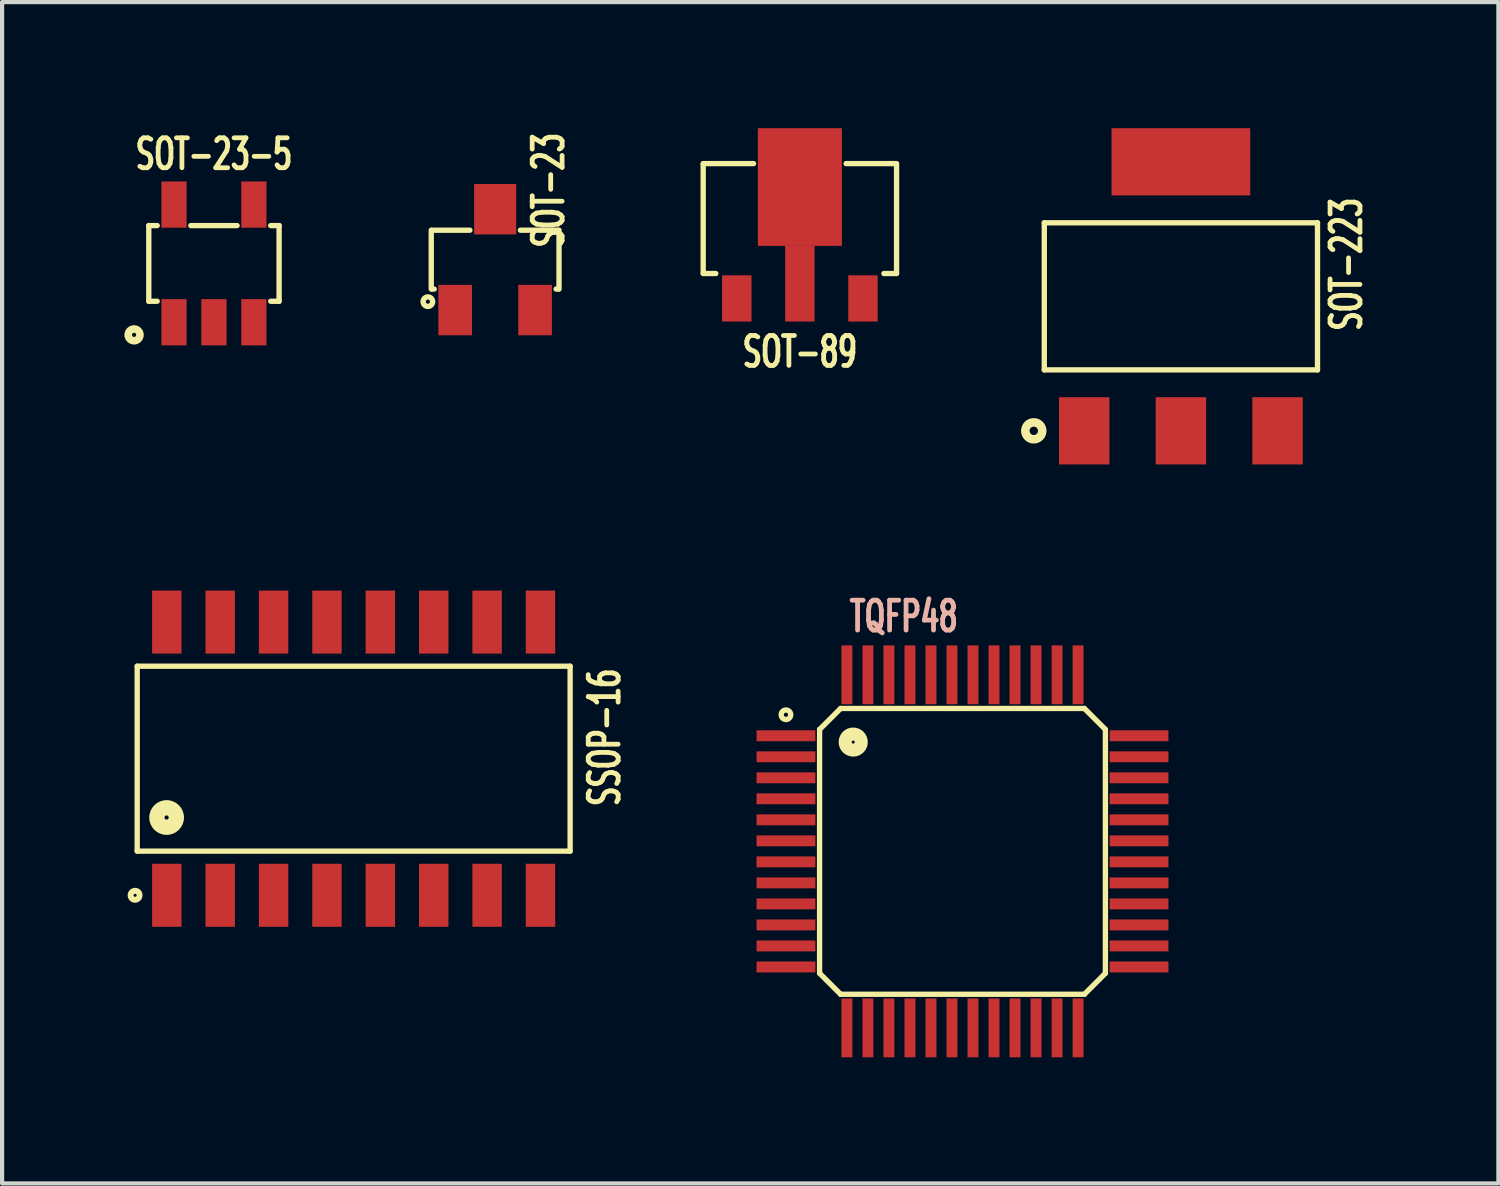
<source format=kicad_pcb>
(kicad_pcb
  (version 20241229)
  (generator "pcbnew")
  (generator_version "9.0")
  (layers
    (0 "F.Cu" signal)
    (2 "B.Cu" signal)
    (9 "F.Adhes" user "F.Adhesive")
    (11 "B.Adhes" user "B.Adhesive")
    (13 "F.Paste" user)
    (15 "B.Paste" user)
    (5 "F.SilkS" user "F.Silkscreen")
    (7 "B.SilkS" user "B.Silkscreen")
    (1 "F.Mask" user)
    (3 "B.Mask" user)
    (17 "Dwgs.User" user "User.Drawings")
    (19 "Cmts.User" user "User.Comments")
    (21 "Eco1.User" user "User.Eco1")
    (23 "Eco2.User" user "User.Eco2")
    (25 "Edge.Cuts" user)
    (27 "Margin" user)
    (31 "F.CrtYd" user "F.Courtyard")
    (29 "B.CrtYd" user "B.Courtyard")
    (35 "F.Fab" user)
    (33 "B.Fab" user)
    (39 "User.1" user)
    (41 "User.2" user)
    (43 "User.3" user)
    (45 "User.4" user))
  (footprint "SOT-23-5"
    (layer "F.Cu")
    (at 2.04 3.217)
    (property "Reference" "SOT-23-5" (at 0 -2.6 0) (layer "F.SilkS") (effects (font (size 0.711 0.457) (thickness 0.114))))
    (attr through_hole)
    (fp_line (start -1.55 0.9) (end -1.55 -0.9) (stroke (width 0.127) (type solid)) (layer "F.SilkS"))
    (fp_line (start -1.35 -0.9) (end -1.55 -0.9) (stroke (width 0.127) (type solid)) (layer "F.SilkS"))
    (fp_line (start -1.35 0.9) (end -1.55 0.9) (stroke (width 0.127) (type solid)) (layer "F.SilkS"))
    (fp_line (start -0.55 -0.9) (end 0.55 -0.9) (stroke (width 0.127) (type solid)) (layer "F.SilkS"))
    (fp_line (start 1.55 -0.9) (end 1.35 -0.9) (stroke (width 0.127) (type solid)) (layer "F.SilkS"))
    (fp_line (start 1.55 -0.9) (end 1.55 0.9) (stroke (width 0.127) (type solid)) (layer "F.SilkS"))
    (fp_line (start 1.55 0.9) (end 1.35 0.9) (stroke (width 0.127) (type solid)) (layer "F.SilkS"))
    (fp_circle (center -1.9 1.7) (end -1.9 1.75) (stroke (width 0.18) (type solid)) (fill no) (layer "F.SilkS"))
    (pad "1" smd rect (at -0.95 1.4) (size 0.6 1.1) (layers "F.Cu" "F.Mask" "F.Paste"))
    (pad "2" smd rect (at 0 1.4) (size 0.6 1.1) (layers "F.Cu" "F.Mask" "F.Paste"))
    (pad "3" smd rect (at 0.95 1.4) (size 0.6 1.1) (layers "F.Cu" "F.Mask" "F.Paste"))
    (pad "4" smd rect (at 0.95 -1.4) (size 0.6 1.1) (layers "F.Cu" "F.Mask" "F.Paste"))
    (pad "5" smd rect (at -0.95 -1.4) (size 0.6 1.1) (layers "F.Cu" "F.Mask" "F.Paste")))
  (footprint "SOT-89"
    (layer "F.Cu")
    (at 15.98 4.05)
    (property "Reference" "SOT-89" (at 0 1.27 0) (layer "F.SilkS") (effects (font (size 0.711 0.457) (thickness 0.114))))
    (attr through_hole)
    (fp_line (start -2.3 -3.208) (end -1.101 -3.208) (stroke (width 0.127) (type solid)) (layer "F.SilkS"))
    (fp_line (start -2.3 -0.6) (end -2.3 -3.2) (stroke (width 0.127) (type solid)) (layer "F.SilkS"))
    (fp_line (start -2 -0.592) (end -2.3 -0.592) (stroke (width 0.127) (type solid)) (layer "F.SilkS"))
    (fp_line (start 1.1 -3.208) (end 2.299 -3.208) (stroke (width 0.127) (type solid)) (layer "F.SilkS"))
    (fp_line (start 2.3 -3.2) (end 2.3 -0.6) (stroke (width 0.127) (type solid)) (layer "F.SilkS"))
    (fp_line (start 2.3 -0.592) (end 2 -0.592) (stroke (width 0.127) (type solid)) (layer "F.SilkS"))
    (pad "1" smd rect (at 1.501 0) (size 0.7 1.1) (layers "F.Cu" "F.Mask" "F.Paste"))
    (pad "2" smd rect (at 0 -2.65) (size 2 2.8) (layers "F.Cu" "F.Mask" "F.Paste"))
    (pad "2" smd rect (at 0 -0.35) (size 0.7 1.8) (layers "F.Cu" "F.Mask" "F.Paste"))
    (pad "3" smd rect (at -1.501 0) (size 0.7 1.1) (layers "F.Cu" "F.Mask" "F.Paste")))
  (footprint "SOT-23"
    (layer "F.Cu")
    (at 8.73 3.127)
    (property "Reference" "SOT-23" (at 1.27 -1.651 270) (layer "F.SilkS") (effects (font (size 0.711 0.457) (thickness 0.114))))
    (attr through_hole)
    (fp_line (start -1.52 0.7) (end -1.52 -0.7) (stroke (width 0.127) (type solid)) (layer "F.SilkS"))
    (fp_line (start -1.499 -0.7) (end -0.6 -0.7) (stroke (width 0.127) (type solid)) (layer "F.SilkS"))
    (fp_line (start -1.45 0.7) (end -1.499 0.7) (stroke (width 0.127) (type solid)) (layer "F.SilkS"))
    (fp_line (start 0.6 -0.7) (end 1.499 -0.7) (stroke (width 0.127) (type solid)) (layer "F.SilkS"))
    (fp_line (start 1.499 0.7) (end 1.45 0.7) (stroke (width 0.127) (type solid)) (layer "F.SilkS"))
    (fp_line (start 1.52 -0.7) (end 1.52 0.7) (stroke (width 0.127) (type solid)) (layer "F.SilkS"))
    (fp_circle (center -1.6 1) (end -1.6 0.95) (stroke (width 0.127) (type solid)) (fill no) (layer "F.SilkS"))
    (pad "1" smd rect (at -0.95 1.2) (size 0.8 1.2) (layers "F.Cu" "F.Mask" "F.Paste"))
    (pad "2" smd rect (at 0.95 1.2) (size 0.8 1.2) (layers "F.Cu" "F.Mask" "F.Paste"))
    (pad "3" smd rect (at 0 -1.2) (size 1 1.2) (layers "F.Cu" "F.Mask" "F.Paste")))
  (footprint "SSOP-16"
    (layer "F.Cu")
    (at 5.364 15)
    (property "Reference" "SSOP-16" (at 5.969 -0.508 270) (layer "F.SilkS") (effects (font (size 0.711 0.457) (thickness 0.114))))
    (attr through_hole)
    (fp_line (start -5.15 -2.2) (end 5.15 -2.2) (stroke (width 0.127) (type solid)) (layer "F.SilkS"))
    (fp_line (start -5.15 2.2) (end -5.15 -2.2) (stroke (width 0.127) (type solid)) (layer "F.SilkS"))
    (fp_line (start 5.15 -2.2) (end 5.15 2.2) (stroke (width 0.127) (type solid)) (layer "F.SilkS"))
    (fp_line (start 5.15 2.2) (end -5.15 2.2) (stroke (width 0.127) (type solid)) (layer "F.SilkS"))
    (fp_circle (center -5.2 3.25) (end -5.15 3.25) (stroke (width 0.127) (type solid)) (fill no) (layer "F.SilkS"))
    (fp_circle (center -5.2 3.25) (end -5.1 3.25) (stroke (width 0.127) (type solid)) (fill no) (layer "F.SilkS"))
    (fp_circle (center -4.45 1.4) (end -4.45 1.05) (stroke (width 0.127) (type solid)) (fill no) (layer "F.SilkS"))
    (fp_circle (center -4.45 1.4) (end -4.45 1.15) (stroke (width 0.127) (type solid)) (fill no) (layer "F.SilkS"))
    (fp_circle (center -4.45 1.4) (end -4.45 1.25) (stroke (width 0.127) (type solid)) (fill no) (layer "F.SilkS"))
    (fp_circle (center -4.45 1.4) (end -4.45 1.35) (stroke (width 0.127) (type solid)) (fill no) (layer "F.SilkS"))
    (pad "1" smd rect (at -4.445 3.25) (size 0.7 1.5) (layers "F.Cu" "F.Mask" "F.Paste"))
    (pad "2" smd rect (at -3.175 3.25) (size 0.7 1.5) (layers "F.Cu" "F.Mask" "F.Paste"))
    (pad "3" smd rect (at -1.905 3.25) (size 0.7 1.5) (layers "F.Cu" "F.Mask" "F.Paste"))
    (pad "4" smd rect (at -0.635 3.25) (size 0.7 1.5) (layers "F.Cu" "F.Mask" "F.Paste"))
    (pad "5" smd rect (at 0.635 3.25) (size 0.7 1.5) (layers "F.Cu" "F.Mask" "F.Paste"))
    (pad "6" smd rect (at 1.905 3.25) (size 0.7 1.5) (layers "F.Cu" "F.Mask" "F.Paste"))
    (pad "7" smd rect (at 3.175 3.25) (size 0.7 1.5) (layers "F.Cu" "F.Mask" "F.Paste"))
    (pad "8" smd rect (at 4.445 3.25) (size 0.7 1.5) (layers "F.Cu" "F.Mask" "F.Paste"))
    (pad "9" smd rect (at 4.445 -3.25) (size 0.7 1.5) (layers "F.Cu" "F.Mask" "F.Paste"))
    (pad "10" smd rect (at 3.175 -3.25) (size 0.7 1.5) (layers "F.Cu" "F.Mask" "F.Paste"))
    (pad "11" smd rect (at 1.905 -3.25) (size 0.7 1.5) (layers "F.Cu" "F.Mask" "F.Paste"))
    (pad "12" smd rect (at 0.635 -3.25) (size 0.7 1.5) (layers "F.Cu" "F.Mask" "F.Paste"))
    (pad "13" smd rect (at -0.635 -3.25) (size 0.7 1.5) (layers "F.Cu" "F.Mask" "F.Paste"))
    (pad "14" smd rect (at -1.905 -3.25) (size 0.7 1.5) (layers "F.Cu" "F.Mask" "F.Paste"))
    (pad "15" smd rect (at -3.175 -3.25) (size 0.7 1.5) (layers "F.Cu" "F.Mask" "F.Paste"))
    (pad "16" smd rect (at -4.445 -3.25) (size 0.7 1.5) (layers "F.Cu" "F.Mask" "F.Paste")))
  (footprint "SOT-223"
    (layer "F.Cu")
    (at 25.045 4)
    (property "Reference" "SOT-223" (at 3.937 -0.762 270) (layer "F.SilkS") (effects (font (size 0.711 0.457) (thickness 0.114))))
    (attr smd)
    (fp_line (start -3.25 -1.75) (end -3.25 1.75) (stroke (width 0.127) (type solid)) (layer "F.SilkS"))
    (fp_line (start -3.25 1.75) (end 3.25 1.75) (stroke (width 0.127) (type solid)) (layer "F.SilkS"))
    (fp_line (start 3.25 -1.75) (end -3.25 -1.75) (stroke (width 0.127) (type solid)) (layer "F.SilkS"))
    (fp_line (start 3.25 1.75) (end 3.25 -1.75) (stroke (width 0.127) (type solid)) (layer "F.SilkS"))
    (fp_circle (center -3.5 3.2) (end -3.4 3.2) (stroke (width 0.203) (type solid)) (fill no) (layer "F.SilkS"))
    (pad "1" smd rect (at -2.3 3.2) (size 1.2 1.6) (layers "F.Cu" "F.Mask" "F.Paste"))
    (pad "2" smd rect (at 0 -3.2) (size 3.3 1.6) (layers "F.Cu" "F.Mask" "F.Paste"))
    (pad "2" smd rect (at 0 3.2) (size 1.2 1.6) (layers "F.Cu" "F.Mask" "F.Paste"))
    (pad "3" smd rect (at 2.3 3.2) (size 1.2 1.6) (layers "F.Cu" "F.Mask" "F.Paste")))
  (footprint "TQFP48"
    (layer "F.Cu")
    (at 19.849 17.205)
    (property "Reference" "TQFP48" (at -1.397 -5.588 0) (layer "B.SilkS") (effects (font (size 0.711 0.457) (thickness 0.114))))
    (attr smd)
    (fp_line (start -3.4 -2.9) (end -2.9 -3.4) (stroke (width 0.127) (type solid)) (layer "F.SilkS"))
    (fp_line (start -3.4 2.9) (end -3.4 -2.9) (stroke (width 0.127) (type solid)) (layer "F.SilkS"))
    (fp_line (start -2.9 -3.4) (end 2.9 -3.4) (stroke (width 0.127) (type solid)) (layer "F.SilkS"))
    (fp_line (start -2.9 3.4) (end -3.4 2.9) (stroke (width 0.127) (type solid)) (layer "F.SilkS"))
    (fp_line (start 2.9 -3.4) (end 3.4 -2.9) (stroke (width 0.127) (type solid)) (layer "F.SilkS"))
    (fp_line (start 2.9 3.4) (end -2.9 3.4) (stroke (width 0.127) (type solid)) (layer "F.SilkS"))
    (fp_line (start 3.4 -2.9) (end 3.4 2.9) (stroke (width 0.127) (type solid)) (layer "F.SilkS"))
    (fp_line (start 3.4 2.9) (end 2.9 3.4) (stroke (width 0.127) (type solid)) (layer "F.SilkS"))
    (fp_circle (center -4.2 -3.25) (end -4.2 -3.3) (stroke (width 0.127) (type solid)) (fill no) (layer "F.SilkS"))
    (fp_circle (center -2.6 -2.6) (end -2.8 -2.8) (stroke (width 0.127) (type solid)) (fill no) (layer "F.SilkS"))
    (fp_circle (center -2.6 -2.6) (end -2.6 -2.7) (stroke (width 0.127) (type solid)) (fill no) (layer "F.SilkS"))
    (fp_circle (center -2.6 -2.6) (end -2.6 -2.65) (stroke (width 0.127) (type solid)) (fill no) (layer "F.SilkS"))
    (fp_circle (center -2.6 -2.6) (end -2.55 -2.8) (stroke (width 0.127) (type solid)) (fill no) (layer "F.SilkS"))
    (pad "1" smd rect (at -4.2 -2.75 270) (size 0.26 1.4) (layers "F.Cu" "F.Mask" "F.Paste"))
    (pad "2" smd rect (at -4.2 -2.25 270) (size 0.26 1.4) (layers "F.Cu" "F.Mask" "F.Paste"))
    (pad "3" smd rect (at -4.2 -1.75 270) (size 0.26 1.4) (layers "F.Cu" "F.Mask" "F.Paste"))
    (pad "4" smd rect (at -4.2 -1.25 270) (size 0.26 1.4) (layers "F.Cu" "F.Mask" "F.Paste"))
    (pad "5" smd rect (at -4.2 -0.75 270) (size 0.26 1.4) (layers "F.Cu" "F.Mask" "F.Paste"))
    (pad "6" smd rect (at -4.2 -0.25 270) (size 0.26 1.4) (layers "F.Cu" "F.Mask" "F.Paste"))
    (pad "7" smd rect (at -4.2 0.25 270) (size 0.26 1.4) (layers "F.Cu" "F.Mask" "F.Paste"))
    (pad "8" smd rect (at -4.2 0.75 270) (size 0.26 1.4) (layers "F.Cu" "F.Mask" "F.Paste"))
    (pad "9" smd rect (at -4.2 1.25 270) (size 0.26 1.4) (layers "F.Cu" "F.Mask" "F.Paste"))
    (pad "10" smd rect (at -4.2 1.75 270) (size 0.26 1.4) (layers "F.Cu" "F.Mask" "F.Paste"))
    (pad "11" smd rect (at -4.2 2.25 270) (size 0.26 1.4) (layers "F.Cu" "F.Mask" "F.Paste"))
    (pad "12" smd rect (at -4.2 2.75 270) (size 0.26 1.4) (layers "F.Cu" "F.Mask" "F.Paste"))
    (pad "13" smd rect (at -2.75 4.2) (size 0.26 1.4) (layers "F.Cu" "F.Mask" "F.Paste"))
    (pad "14" smd rect (at -2.25 4.2) (size 0.26 1.4) (layers "F.Cu" "F.Mask" "F.Paste"))
    (pad "15" smd rect (at -1.75 4.2) (size 0.26 1.4) (layers "F.Cu" "F.Mask" "F.Paste"))
    (pad "16" smd rect (at -1.25 4.2) (size 0.26 1.4) (layers "F.Cu" "F.Mask" "F.Paste"))
    (pad "17" smd rect (at -0.75 4.2) (size 0.26 1.4) (layers "F.Cu" "F.Mask" "F.Paste"))
    (pad "18" smd rect (at -0.25 4.2) (size 0.26 1.4) (layers "F.Cu" "F.Mask" "F.Paste"))
    (pad "19" smd rect (at 0.25 4.2) (size 0.26 1.4) (layers "F.Cu" "F.Mask" "F.Paste"))
    (pad "20" smd rect (at 0.75 4.2) (size 0.26 1.4) (layers "F.Cu" "F.Mask" "F.Paste"))
    (pad "21" smd rect (at 1.25 4.2) (size 0.26 1.4) (layers "F.Cu" "F.Mask" "F.Paste"))
    (pad "22" smd rect (at 1.75 4.2) (size 0.26 1.4) (layers "F.Cu" "F.Mask" "F.Paste"))
    (pad "23" smd rect (at 2.25 4.2) (size 0.26 1.4) (layers "F.Cu" "F.Mask" "F.Paste"))
    (pad "24" smd rect (at 2.75 4.2) (size 0.26 1.4) (layers "F.Cu" "F.Mask" "F.Paste"))
    (pad "25" smd rect (at 4.2 2.75 270) (size 0.26 1.4) (layers "F.Cu" "F.Mask" "F.Paste"))
    (pad "26" smd rect (at 4.2 2.25 270) (size 0.26 1.4) (layers "F.Cu" "F.Mask" "F.Paste"))
    (pad "27" smd rect (at 4.2 1.75 270) (size 0.26 1.4) (layers "F.Cu" "F.Mask" "F.Paste"))
    (pad "28" smd rect (at 4.2 1.25 270) (size 0.26 1.4) (layers "F.Cu" "F.Mask" "F.Paste"))
    (pad "29" smd rect (at 4.2 0.75 270) (size 0.26 1.4) (layers "F.Cu" "F.Mask" "F.Paste"))
    (pad "30" smd rect (at 4.2 0.25 270) (size 0.26 1.4) (layers "F.Cu" "F.Mask" "F.Paste"))
    (pad "31" smd rect (at 4.2 -0.25 270) (size 0.26 1.4) (layers "F.Cu" "F.Mask" "F.Paste"))
    (pad "32" smd rect (at 4.2 -0.75 270) (size 0.26 1.4) (layers "F.Cu" "F.Mask" "F.Paste"))
    (pad "33" smd rect (at 4.2 -1.25 270) (size 0.26 1.4) (layers "F.Cu" "F.Mask" "F.Paste"))
    (pad "34" smd rect (at 4.2 -1.75 270) (size 0.26 1.4) (layers "F.Cu" "F.Mask" "F.Paste"))
    (pad "35" smd rect (at 4.2 -2.25 270) (size 0.26 1.4) (layers "F.Cu" "F.Mask" "F.Paste"))
    (pad "36" smd rect (at 4.2 -2.75 270) (size 0.26 1.4) (layers "F.Cu" "F.Mask" "F.Paste"))
    (pad "37" smd rect (at 2.75 -4.2) (size 0.26 1.4) (layers "F.Cu" "F.Mask" "F.Paste"))
    (pad "38" smd rect (at 2.25 -4.2) (size 0.26 1.4) (layers "F.Cu" "F.Mask" "F.Paste"))
    (pad "39" smd rect (at 1.75 -4.2) (size 0.26 1.4) (layers "F.Cu" "F.Mask" "F.Paste"))
    (pad "40" smd rect (at 1.25 -4.2) (size 0.26 1.4) (layers "F.Cu" "F.Mask" "F.Paste"))
    (pad "41" smd rect (at 0.75 -4.2) (size 0.26 1.4) (layers "F.Cu" "F.Mask" "F.Paste"))
    (pad "42" smd rect (at 0.25 -4.2) (size 0.26 1.4) (layers "F.Cu" "F.Mask" "F.Paste"))
    (pad "43" smd rect (at -0.25 -4.2) (size 0.26 1.4) (layers "F.Cu" "F.Mask" "F.Paste"))
    (pad "44" smd rect (at -0.75 -4.2) (size 0.26 1.4) (layers "F.Cu" "F.Mask" "F.Paste"))
    (pad "45" smd rect (at -1.25 -4.2) (size 0.26 1.4) (layers "F.Cu" "F.Mask" "F.Paste"))
    (pad "46" smd rect (at -1.75 -4.2) (size 0.26 1.4) (layers "F.Cu" "F.Mask" "F.Paste"))
    (pad "47" smd rect (at -2.25 -4.2) (size 0.26 1.4) (layers "F.Cu" "F.Mask" "F.Paste"))
    (pad "48" smd rect (at -2.75 -4.2) (size 0.26 1.4) (layers "F.Cu" "F.Mask" "F.Paste")))
  (gr_rect
    (start -3 -3)
    (end 32.599 25.105)
    (stroke (width 0.1) (type default))
    (fill no)
    (layer "Edge.Cuts")))
</source>
